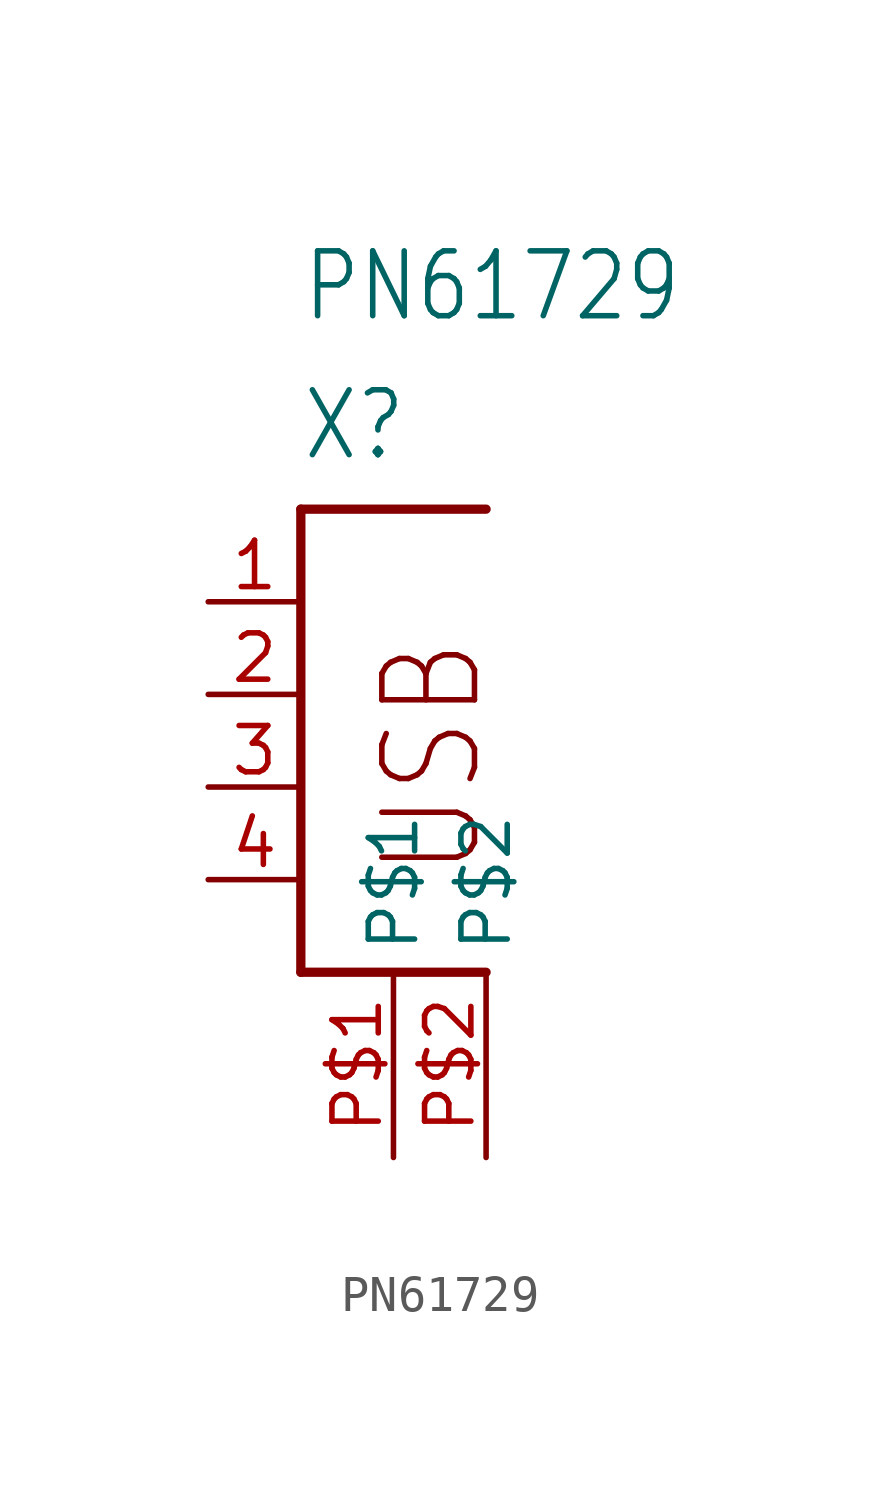
<source format=kicad_sym>
(kicad_symbol_lib
  (version 20211014)
  (generator kicad_symbol_editor)
  (symbol "PN61729"
    (property "Reference" "X"
      (at 0 8.89 0)
      (effects (font (size 1.778 1.511)) (justify left bottom)))
    (property "Value" "PN61729"
      (at 0 12.7 0)
      (effects (font (size 1.778 1.511)) (justify left bottom)))
    (property "ki_locked" ""
      (at 0 0 0)
      (effects (font (size 1.27 1.27))))
    (symbol "PN61729_1_0"
      (polyline (pts (xy 0 -5.08) (xy 5.08 -5.08)) (stroke (width 0.254) (type default) (color 0 0 0 0)) (fill (type none)))
      (polyline (pts (xy 0 7.62) (xy 0 -5.08)) (stroke (width 0.254) (type default) (color 0 0 0 0)) (fill (type none)))
      (polyline (pts (xy 0 7.62) (xy 5.08 7.62)) (stroke (width 0.254) (type default) (color 0 0 0 0)) (fill (type none)))
      (text "USB" (at 5.08 -2.54 900) (effects (font (size 2.54 2.159)) (justify left bottom)))
      (pin bidirectional line (at -2.54 5.08 0) (length 2.54) (name "1" (effects (font (size 0 0)))) (number "1" (effects (font (size 1.27 1.27)))))
      (pin bidirectional line (at -2.54 2.54 0) (length 2.54) (name "2" (effects (font (size 0 0)))) (number "2" (effects (font (size 1.27 1.27)))))
      (pin bidirectional line (at -2.54 0 0) (length 2.54) (name "3" (effects (font (size 0 0)))) (number "3" (effects (font (size 1.27 1.27)))))
      (pin bidirectional line (at -2.54 -2.54 0) (length 2.54) (name "4" (effects (font (size 0 0)))) (number "4" (effects (font (size 1.27 1.27)))))
      (pin bidirectional line (at 2.54 -10.16 90) (length 5.08) (name "P$1" (effects (font (size 1.27 1.27)))) (number "P$1" (effects (font (size 1.27 1.27)))))
      (pin bidirectional line (at 5.08 -10.16 90) (length 5.08) (name "P$2" (effects (font (size 1.27 1.27)))) (number "P$2" (effects (font (size 1.27 1.27))))))))
</source>
